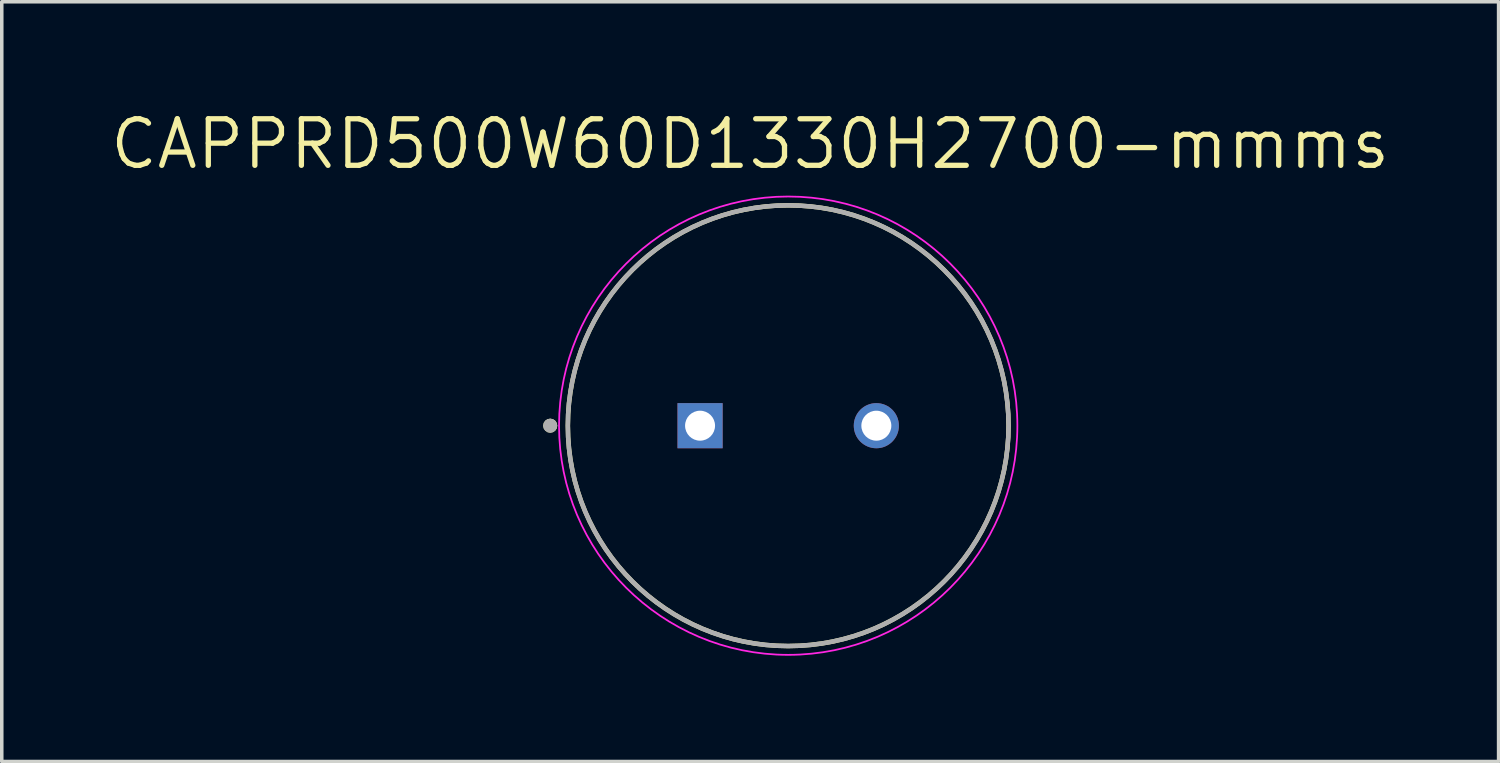
<source format=kicad_pcb>
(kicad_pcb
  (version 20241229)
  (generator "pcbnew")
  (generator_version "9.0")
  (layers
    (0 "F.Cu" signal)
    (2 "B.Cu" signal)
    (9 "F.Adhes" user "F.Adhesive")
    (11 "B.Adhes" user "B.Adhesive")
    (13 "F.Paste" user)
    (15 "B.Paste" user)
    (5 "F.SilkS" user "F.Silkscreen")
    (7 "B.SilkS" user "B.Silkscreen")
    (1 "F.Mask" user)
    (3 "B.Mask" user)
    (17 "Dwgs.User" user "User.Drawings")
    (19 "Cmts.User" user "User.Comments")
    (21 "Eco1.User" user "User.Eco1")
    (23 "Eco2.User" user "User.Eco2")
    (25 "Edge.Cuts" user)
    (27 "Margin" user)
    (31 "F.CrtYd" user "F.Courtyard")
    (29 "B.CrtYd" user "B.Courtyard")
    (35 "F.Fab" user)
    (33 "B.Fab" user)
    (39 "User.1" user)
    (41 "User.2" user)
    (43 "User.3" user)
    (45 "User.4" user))
  (footprint "CAPPRD500W60D1330H2700-mmms"
    (layer "F.Cu")
    (at 19.306 9.024)
    (property "Reference" "CAPPRD500W60D1330H2700-mmms" (at -1.079 -7.988 0) (layer "F.SilkS") (effects (font (size 1.32 1.32) (thickness 0.15))))
    (attr through_hole)
    (fp_circle (center -6.75 0) (end -6.65 0) (stroke (width 0.2) (type solid)) (fill no) (layer "F.SilkS"))
    (fp_circle (center 0 0) (end 6.25 0) (stroke (width 0.127) (type solid)) (fill no) (layer "F.SilkS"))
    (fp_circle (center 0 0) (end 6.5 0) (stroke (width 0.05) (type solid)) (fill no) (layer "F.CrtYd"))
    (fp_circle (center -6.75 0) (end -6.65 0) (stroke (width 0.2) (type solid)) (fill no) (layer "F.Fab"))
    (fp_circle (center 0 0) (end 6.25 0) (stroke (width 0.127) (type solid)) (fill no) (layer "F.Fab"))
    (pad "1" thru_hole rect (at -2.5 0) (size 1.28 1.28) (drill 0.85) (layers "*.Cu" "*.Mask"))
    (pad "2" thru_hole circle (at 2.5 0) (size 1.28 1.28) (drill 0.85) (layers "*.Cu" "*.Mask")))
  (gr_rect
    (start -3 -3)
    (end 39.455 18.549)
    (stroke (width 0.1) (type default))
    (fill no)
    (layer "Edge.Cuts")))
</source>
